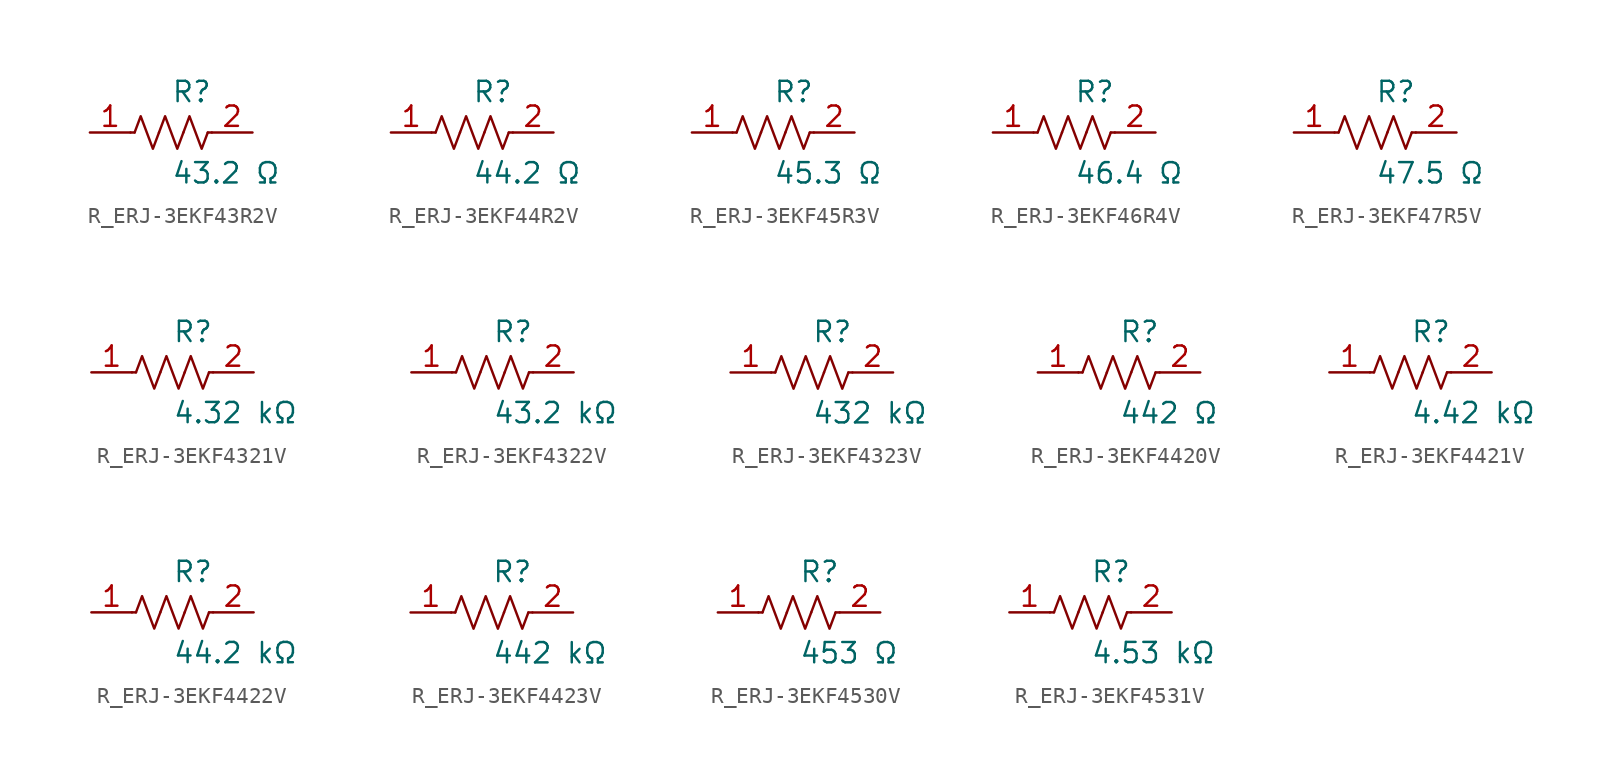
<source format=kicad_sym>
(kicad_symbol_lib
  (version 20231120)
  (generator "kicad_symbol_editor")
  (generator_version "8.0")
  (symbol "R_ERJ-3EKF43R2V"
    (pin_names
      (offset 0.254))
    (property "Reference" "R"
      (at 0 2.54 0)
      (effects (font (size 1.27 1.27)) (justify left)))
    (property "Value" "43.2 Ω"
      (at 0 -2.54 0)
      (effects (font (size 1.27 1.27)) (justify left)))
    (symbol "R_ERJ-3EKF43R2V_0_1"
      (polyline (pts (xy 2.286 0) (xy 2.54 0)) (stroke (width 0) (type default)) (fill (type none)))
      (polyline (pts (xy -2.286 0) (xy -2.54 0)) (stroke (width 0) (type default)) (fill (type none)))
      (polyline (pts (xy 0.762 0) (xy 1.143 1.016) (xy 1.524 0) (xy 1.905 -1.016) (xy 2.286 0)) (stroke (width 0) (type default)) (fill (type none)))
      (polyline (pts (xy -0.762 0) (xy -0.381 1.016) (xy 0 0) (xy 0.381 -1.016) (xy 0.762 0)) (stroke (width 0) (type default)) (fill (type none)))
      (polyline (pts (xy -2.286 0) (xy -1.905 1.016) (xy -1.524 0) (xy -1.143 -1.016) (xy -0.762 0)) (stroke (width 0) (type default)) (fill (type none))))
    (pin unspecified line
      (at -5.08 0 0)
      (length 2.54)
      (name "" (effects (font (size 1.27 1.27))))
      (number "1" (effects (font (size 1.27 1.27)))))
    (pin unspecified line
      (at 5.08 0 180)
      (length 2.54)
      (name "" (effects (font (size 1.27 1.27))))
      (number "2" (effects (font (size 1.27 1.27))))))
  (symbol "R_ERJ-3EKF44R2V"
    (pin_names
      (offset 0.254))
    (property "Reference" "R"
      (at 0 2.54 0)
      (effects (font (size 1.27 1.27)) (justify left)))
    (property "Value" "44.2 Ω"
      (at 0 -2.54 0)
      (effects (font (size 1.27 1.27)) (justify left)))
    (symbol "R_ERJ-3EKF44R2V_0_1"
      (polyline (pts (xy 2.286 0) (xy 2.54 0)) (stroke (width 0) (type default)) (fill (type none)))
      (polyline (pts (xy -2.286 0) (xy -2.54 0)) (stroke (width 0) (type default)) (fill (type none)))
      (polyline (pts (xy 0.762 0) (xy 1.143 1.016) (xy 1.524 0) (xy 1.905 -1.016) (xy 2.286 0)) (stroke (width 0) (type default)) (fill (type none)))
      (polyline (pts (xy -0.762 0) (xy -0.381 1.016) (xy 0 0) (xy 0.381 -1.016) (xy 0.762 0)) (stroke (width 0) (type default)) (fill (type none)))
      (polyline (pts (xy -2.286 0) (xy -1.905 1.016) (xy -1.524 0) (xy -1.143 -1.016) (xy -0.762 0)) (stroke (width 0) (type default)) (fill (type none))))
    (pin unspecified line
      (at -5.08 0 0)
      (length 2.54)
      (name "" (effects (font (size 1.27 1.27))))
      (number "1" (effects (font (size 1.27 1.27)))))
    (pin unspecified line
      (at 5.08 0 180)
      (length 2.54)
      (name "" (effects (font (size 1.27 1.27))))
      (number "2" (effects (font (size 1.27 1.27))))))
  (symbol "R_ERJ-3EKF45R3V"
    (pin_names
      (offset 0.254))
    (property "Reference" "R"
      (at 0 2.54 0)
      (effects (font (size 1.27 1.27)) (justify left)))
    (property "Value" "45.3 Ω"
      (at 0 -2.54 0)
      (effects (font (size 1.27 1.27)) (justify left)))
    (symbol "R_ERJ-3EKF45R3V_0_1"
      (polyline (pts (xy 2.286 0) (xy 2.54 0)) (stroke (width 0) (type default)) (fill (type none)))
      (polyline (pts (xy -2.286 0) (xy -2.54 0)) (stroke (width 0) (type default)) (fill (type none)))
      (polyline (pts (xy 0.762 0) (xy 1.143 1.016) (xy 1.524 0) (xy 1.905 -1.016) (xy 2.286 0)) (stroke (width 0) (type default)) (fill (type none)))
      (polyline (pts (xy -0.762 0) (xy -0.381 1.016) (xy 0 0) (xy 0.381 -1.016) (xy 0.762 0)) (stroke (width 0) (type default)) (fill (type none)))
      (polyline (pts (xy -2.286 0) (xy -1.905 1.016) (xy -1.524 0) (xy -1.143 -1.016) (xy -0.762 0)) (stroke (width 0) (type default)) (fill (type none))))
    (pin unspecified line
      (at -5.08 0 0)
      (length 2.54)
      (name "" (effects (font (size 1.27 1.27))))
      (number "1" (effects (font (size 1.27 1.27)))))
    (pin unspecified line
      (at 5.08 0 180)
      (length 2.54)
      (name "" (effects (font (size 1.27 1.27))))
      (number "2" (effects (font (size 1.27 1.27))))))
  (symbol "R_ERJ-3EKF46R4V"
    (pin_names
      (offset 0.254))
    (property "Reference" "R"
      (at 0 2.54 0)
      (effects (font (size 1.27 1.27)) (justify left)))
    (property "Value" "46.4 Ω"
      (at 0 -2.54 0)
      (effects (font (size 1.27 1.27)) (justify left)))
    (symbol "R_ERJ-3EKF46R4V_0_1"
      (polyline (pts (xy 2.286 0) (xy 2.54 0)) (stroke (width 0) (type default)) (fill (type none)))
      (polyline (pts (xy -2.286 0) (xy -2.54 0)) (stroke (width 0) (type default)) (fill (type none)))
      (polyline (pts (xy 0.762 0) (xy 1.143 1.016) (xy 1.524 0) (xy 1.905 -1.016) (xy 2.286 0)) (stroke (width 0) (type default)) (fill (type none)))
      (polyline (pts (xy -0.762 0) (xy -0.381 1.016) (xy 0 0) (xy 0.381 -1.016) (xy 0.762 0)) (stroke (width 0) (type default)) (fill (type none)))
      (polyline (pts (xy -2.286 0) (xy -1.905 1.016) (xy -1.524 0) (xy -1.143 -1.016) (xy -0.762 0)) (stroke (width 0) (type default)) (fill (type none))))
    (pin unspecified line
      (at -5.08 0 0)
      (length 2.54)
      (name "" (effects (font (size 1.27 1.27))))
      (number "1" (effects (font (size 1.27 1.27)))))
    (pin unspecified line
      (at 5.08 0 180)
      (length 2.54)
      (name "" (effects (font (size 1.27 1.27))))
      (number "2" (effects (font (size 1.27 1.27))))))
  (symbol "R_ERJ-3EKF47R5V"
    (pin_names
      (offset 0.254))
    (property "Reference" "R"
      (at 0 2.54 0)
      (effects (font (size 1.27 1.27)) (justify left)))
    (property "Value" "47.5 Ω"
      (at 0 -2.54 0)
      (effects (font (size 1.27 1.27)) (justify left)))
    (symbol "R_ERJ-3EKF47R5V_0_1"
      (polyline (pts (xy 2.286 0) (xy 2.54 0)) (stroke (width 0) (type default)) (fill (type none)))
      (polyline (pts (xy -2.286 0) (xy -2.54 0)) (stroke (width 0) (type default)) (fill (type none)))
      (polyline (pts (xy 0.762 0) (xy 1.143 1.016) (xy 1.524 0) (xy 1.905 -1.016) (xy 2.286 0)) (stroke (width 0) (type default)) (fill (type none)))
      (polyline (pts (xy -0.762 0) (xy -0.381 1.016) (xy 0 0) (xy 0.381 -1.016) (xy 0.762 0)) (stroke (width 0) (type default)) (fill (type none)))
      (polyline (pts (xy -2.286 0) (xy -1.905 1.016) (xy -1.524 0) (xy -1.143 -1.016) (xy -0.762 0)) (stroke (width 0) (type default)) (fill (type none))))
    (pin unspecified line
      (at -5.08 0 0)
      (length 2.54)
      (name "" (effects (font (size 1.27 1.27))))
      (number "1" (effects (font (size 1.27 1.27)))))
    (pin unspecified line
      (at 5.08 0 180)
      (length 2.54)
      (name "" (effects (font (size 1.27 1.27))))
      (number "2" (effects (font (size 1.27 1.27))))))
  (symbol "R_ERJ-3EKF4321V"
    (pin_names
      (offset 0.254))
    (property "Reference" "R"
      (at 0 2.54 0)
      (effects (font (size 1.27 1.27)) (justify left)))
    (property "Value" "4.32 kΩ"
      (at 0 -2.54 0)
      (effects (font (size 1.27 1.27)) (justify left)))
    (symbol "R_ERJ-3EKF4321V_0_1"
      (polyline (pts (xy 2.286 0) (xy 2.54 0)) (stroke (width 0) (type default)) (fill (type none)))
      (polyline (pts (xy -2.286 0) (xy -2.54 0)) (stroke (width 0) (type default)) (fill (type none)))
      (polyline (pts (xy 0.762 0) (xy 1.143 1.016) (xy 1.524 0) (xy 1.905 -1.016) (xy 2.286 0)) (stroke (width 0) (type default)) (fill (type none)))
      (polyline (pts (xy -0.762 0) (xy -0.381 1.016) (xy 0 0) (xy 0.381 -1.016) (xy 0.762 0)) (stroke (width 0) (type default)) (fill (type none)))
      (polyline (pts (xy -2.286 0) (xy -1.905 1.016) (xy -1.524 0) (xy -1.143 -1.016) (xy -0.762 0)) (stroke (width 0) (type default)) (fill (type none))))
    (pin unspecified line
      (at -5.08 0 0)
      (length 2.54)
      (name "" (effects (font (size 1.27 1.27))))
      (number "1" (effects (font (size 1.27 1.27)))))
    (pin unspecified line
      (at 5.08 0 180)
      (length 2.54)
      (name "" (effects (font (size 1.27 1.27))))
      (number "2" (effects (font (size 1.27 1.27))))))
  (symbol "R_ERJ-3EKF4322V"
    (pin_names
      (offset 0.254))
    (property "Reference" "R"
      (at 0 2.54 0)
      (effects (font (size 1.27 1.27)) (justify left)))
    (property "Value" "43.2 kΩ"
      (at 0 -2.54 0)
      (effects (font (size 1.27 1.27)) (justify left)))
    (symbol "R_ERJ-3EKF4322V_0_1"
      (polyline (pts (xy 2.286 0) (xy 2.54 0)) (stroke (width 0) (type default)) (fill (type none)))
      (polyline (pts (xy -2.286 0) (xy -2.54 0)) (stroke (width 0) (type default)) (fill (type none)))
      (polyline (pts (xy 0.762 0) (xy 1.143 1.016) (xy 1.524 0) (xy 1.905 -1.016) (xy 2.286 0)) (stroke (width 0) (type default)) (fill (type none)))
      (polyline (pts (xy -0.762 0) (xy -0.381 1.016) (xy 0 0) (xy 0.381 -1.016) (xy 0.762 0)) (stroke (width 0) (type default)) (fill (type none)))
      (polyline (pts (xy -2.286 0) (xy -1.905 1.016) (xy -1.524 0) (xy -1.143 -1.016) (xy -0.762 0)) (stroke (width 0) (type default)) (fill (type none))))
    (pin unspecified line
      (at -5.08 0 0)
      (length 2.54)
      (name "" (effects (font (size 1.27 1.27))))
      (number "1" (effects (font (size 1.27 1.27)))))
    (pin unspecified line
      (at 5.08 0 180)
      (length 2.54)
      (name "" (effects (font (size 1.27 1.27))))
      (number "2" (effects (font (size 1.27 1.27))))))
  (symbol "R_ERJ-3EKF4323V"
    (pin_names
      (offset 0.254))
    (property "Reference" "R"
      (at 0 2.54 0)
      (effects (font (size 1.27 1.27)) (justify left)))
    (property "Value" "432 kΩ"
      (at 0 -2.54 0)
      (effects (font (size 1.27 1.27)) (justify left)))
    (symbol "R_ERJ-3EKF4323V_0_1"
      (polyline (pts (xy 2.286 0) (xy 2.54 0)) (stroke (width 0) (type default)) (fill (type none)))
      (polyline (pts (xy -2.286 0) (xy -2.54 0)) (stroke (width 0) (type default)) (fill (type none)))
      (polyline (pts (xy 0.762 0) (xy 1.143 1.016) (xy 1.524 0) (xy 1.905 -1.016) (xy 2.286 0)) (stroke (width 0) (type default)) (fill (type none)))
      (polyline (pts (xy -0.762 0) (xy -0.381 1.016) (xy 0 0) (xy 0.381 -1.016) (xy 0.762 0)) (stroke (width 0) (type default)) (fill (type none)))
      (polyline (pts (xy -2.286 0) (xy -1.905 1.016) (xy -1.524 0) (xy -1.143 -1.016) (xy -0.762 0)) (stroke (width 0) (type default)) (fill (type none))))
    (pin unspecified line
      (at -5.08 0 0)
      (length 2.54)
      (name "" (effects (font (size 1.27 1.27))))
      (number "1" (effects (font (size 1.27 1.27)))))
    (pin unspecified line
      (at 5.08 0 180)
      (length 2.54)
      (name "" (effects (font (size 1.27 1.27))))
      (number "2" (effects (font (size 1.27 1.27))))))
  (symbol "R_ERJ-3EKF4420V"
    (pin_names
      (offset 0.254))
    (property "Reference" "R"
      (at 0 2.54 0)
      (effects (font (size 1.27 1.27)) (justify left)))
    (property "Value" "442 Ω"
      (at 0 -2.54 0)
      (effects (font (size 1.27 1.27)) (justify left)))
    (symbol "R_ERJ-3EKF4420V_0_1"
      (polyline (pts (xy 2.286 0) (xy 2.54 0)) (stroke (width 0) (type default)) (fill (type none)))
      (polyline (pts (xy -2.286 0) (xy -2.54 0)) (stroke (width 0) (type default)) (fill (type none)))
      (polyline (pts (xy 0.762 0) (xy 1.143 1.016) (xy 1.524 0) (xy 1.905 -1.016) (xy 2.286 0)) (stroke (width 0) (type default)) (fill (type none)))
      (polyline (pts (xy -0.762 0) (xy -0.381 1.016) (xy 0 0) (xy 0.381 -1.016) (xy 0.762 0)) (stroke (width 0) (type default)) (fill (type none)))
      (polyline (pts (xy -2.286 0) (xy -1.905 1.016) (xy -1.524 0) (xy -1.143 -1.016) (xy -0.762 0)) (stroke (width 0) (type default)) (fill (type none))))
    (pin unspecified line
      (at -5.08 0 0)
      (length 2.54)
      (name "" (effects (font (size 1.27 1.27))))
      (number "1" (effects (font (size 1.27 1.27)))))
    (pin unspecified line
      (at 5.08 0 180)
      (length 2.54)
      (name "" (effects (font (size 1.27 1.27))))
      (number "2" (effects (font (size 1.27 1.27))))))
  (symbol "R_ERJ-3EKF4421V"
    (pin_names
      (offset 0.254))
    (property "Reference" "R"
      (at 0 2.54 0)
      (effects (font (size 1.27 1.27)) (justify left)))
    (property "Value" "4.42 kΩ"
      (at 0 -2.54 0)
      (effects (font (size 1.27 1.27)) (justify left)))
    (symbol "R_ERJ-3EKF4421V_0_1"
      (polyline (pts (xy 2.286 0) (xy 2.54 0)) (stroke (width 0) (type default)) (fill (type none)))
      (polyline (pts (xy -2.286 0) (xy -2.54 0)) (stroke (width 0) (type default)) (fill (type none)))
      (polyline (pts (xy 0.762 0) (xy 1.143 1.016) (xy 1.524 0) (xy 1.905 -1.016) (xy 2.286 0)) (stroke (width 0) (type default)) (fill (type none)))
      (polyline (pts (xy -0.762 0) (xy -0.381 1.016) (xy 0 0) (xy 0.381 -1.016) (xy 0.762 0)) (stroke (width 0) (type default)) (fill (type none)))
      (polyline (pts (xy -2.286 0) (xy -1.905 1.016) (xy -1.524 0) (xy -1.143 -1.016) (xy -0.762 0)) (stroke (width 0) (type default)) (fill (type none))))
    (pin unspecified line
      (at -5.08 0 0)
      (length 2.54)
      (name "" (effects (font (size 1.27 1.27))))
      (number "1" (effects (font (size 1.27 1.27)))))
    (pin unspecified line
      (at 5.08 0 180)
      (length 2.54)
      (name "" (effects (font (size 1.27 1.27))))
      (number "2" (effects (font (size 1.27 1.27))))))
  (symbol "R_ERJ-3EKF4422V"
    (pin_names
      (offset 0.254))
    (property "Reference" "R"
      (at 0 2.54 0)
      (effects (font (size 1.27 1.27)) (justify left)))
    (property "Value" "44.2 kΩ"
      (at 0 -2.54 0)
      (effects (font (size 1.27 1.27)) (justify left)))
    (symbol "R_ERJ-3EKF4422V_0_1"
      (polyline (pts (xy 2.286 0) (xy 2.54 0)) (stroke (width 0) (type default)) (fill (type none)))
      (polyline (pts (xy -2.286 0) (xy -2.54 0)) (stroke (width 0) (type default)) (fill (type none)))
      (polyline (pts (xy 0.762 0) (xy 1.143 1.016) (xy 1.524 0) (xy 1.905 -1.016) (xy 2.286 0)) (stroke (width 0) (type default)) (fill (type none)))
      (polyline (pts (xy -0.762 0) (xy -0.381 1.016) (xy 0 0) (xy 0.381 -1.016) (xy 0.762 0)) (stroke (width 0) (type default)) (fill (type none)))
      (polyline (pts (xy -2.286 0) (xy -1.905 1.016) (xy -1.524 0) (xy -1.143 -1.016) (xy -0.762 0)) (stroke (width 0) (type default)) (fill (type none))))
    (pin unspecified line
      (at -5.08 0 0)
      (length 2.54)
      (name "" (effects (font (size 1.27 1.27))))
      (number "1" (effects (font (size 1.27 1.27)))))
    (pin unspecified line
      (at 5.08 0 180)
      (length 2.54)
      (name "" (effects (font (size 1.27 1.27))))
      (number "2" (effects (font (size 1.27 1.27))))))
  (symbol "R_ERJ-3EKF4423V"
    (pin_names
      (offset 0.254))
    (property "Reference" "R"
      (at 0 2.54 0)
      (effects (font (size 1.27 1.27)) (justify left)))
    (property "Value" "442 kΩ"
      (at 0 -2.54 0)
      (effects (font (size 1.27 1.27)) (justify left)))
    (symbol "R_ERJ-3EKF4423V_0_1"
      (polyline (pts (xy 2.286 0) (xy 2.54 0)) (stroke (width 0) (type default)) (fill (type none)))
      (polyline (pts (xy -2.286 0) (xy -2.54 0)) (stroke (width 0) (type default)) (fill (type none)))
      (polyline (pts (xy 0.762 0) (xy 1.143 1.016) (xy 1.524 0) (xy 1.905 -1.016) (xy 2.286 0)) (stroke (width 0) (type default)) (fill (type none)))
      (polyline (pts (xy -0.762 0) (xy -0.381 1.016) (xy 0 0) (xy 0.381 -1.016) (xy 0.762 0)) (stroke (width 0) (type default)) (fill (type none)))
      (polyline (pts (xy -2.286 0) (xy -1.905 1.016) (xy -1.524 0) (xy -1.143 -1.016) (xy -0.762 0)) (stroke (width 0) (type default)) (fill (type none))))
    (pin unspecified line
      (at -5.08 0 0)
      (length 2.54)
      (name "" (effects (font (size 1.27 1.27))))
      (number "1" (effects (font (size 1.27 1.27)))))
    (pin unspecified line
      (at 5.08 0 180)
      (length 2.54)
      (name "" (effects (font (size 1.27 1.27))))
      (number "2" (effects (font (size 1.27 1.27))))))
  (symbol "R_ERJ-3EKF4530V"
    (pin_names
      (offset 0.254))
    (property "Reference" "R"
      (at 0 2.54 0)
      (effects (font (size 1.27 1.27)) (justify left)))
    (property "Value" "453 Ω"
      (at 0 -2.54 0)
      (effects (font (size 1.27 1.27)) (justify left)))
    (symbol "R_ERJ-3EKF4530V_0_1"
      (polyline (pts (xy 2.286 0) (xy 2.54 0)) (stroke (width 0) (type default)) (fill (type none)))
      (polyline (pts (xy -2.286 0) (xy -2.54 0)) (stroke (width 0) (type default)) (fill (type none)))
      (polyline (pts (xy 0.762 0) (xy 1.143 1.016) (xy 1.524 0) (xy 1.905 -1.016) (xy 2.286 0)) (stroke (width 0) (type default)) (fill (type none)))
      (polyline (pts (xy -0.762 0) (xy -0.381 1.016) (xy 0 0) (xy 0.381 -1.016) (xy 0.762 0)) (stroke (width 0) (type default)) (fill (type none)))
      (polyline (pts (xy -2.286 0) (xy -1.905 1.016) (xy -1.524 0) (xy -1.143 -1.016) (xy -0.762 0)) (stroke (width 0) (type default)) (fill (type none))))
    (pin unspecified line
      (at -5.08 0 0)
      (length 2.54)
      (name "" (effects (font (size 1.27 1.27))))
      (number "1" (effects (font (size 1.27 1.27)))))
    (pin unspecified line
      (at 5.08 0 180)
      (length 2.54)
      (name "" (effects (font (size 1.27 1.27))))
      (number "2" (effects (font (size 1.27 1.27))))))
  (symbol "R_ERJ-3EKF4531V"
    (pin_names
      (offset 0.254))
    (property "Reference" "R"
      (at 0 2.54 0)
      (effects (font (size 1.27 1.27)) (justify left)))
    (property "Value" "4.53 kΩ"
      (at 0 -2.54 0)
      (effects (font (size 1.27 1.27)) (justify left)))
    (symbol "R_ERJ-3EKF4531V_0_1"
      (polyline (pts (xy 2.286 0) (xy 2.54 0)) (stroke (width 0) (type default)) (fill (type none)))
      (polyline (pts (xy -2.286 0) (xy -2.54 0)) (stroke (width 0) (type default)) (fill (type none)))
      (polyline (pts (xy 0.762 0) (xy 1.143 1.016) (xy 1.524 0) (xy 1.905 -1.016) (xy 2.286 0)) (stroke (width 0) (type default)) (fill (type none)))
      (polyline (pts (xy -0.762 0) (xy -0.381 1.016) (xy 0 0) (xy 0.381 -1.016) (xy 0.762 0)) (stroke (width 0) (type default)) (fill (type none)))
      (polyline (pts (xy -2.286 0) (xy -1.905 1.016) (xy -1.524 0) (xy -1.143 -1.016) (xy -0.762 0)) (stroke (width 0) (type default)) (fill (type none))))
    (pin unspecified line
      (at -5.08 0 0)
      (length 2.54)
      (name "" (effects (font (size 1.27 1.27))))
      (number "1" (effects (font (size 1.27 1.27)))))
    (pin unspecified line
      (at 5.08 0 180)
      (length 2.54)
      (name "" (effects (font (size 1.27 1.27))))
      (number "2" (effects (font (size 1.27 1.27)))))))
</source>
